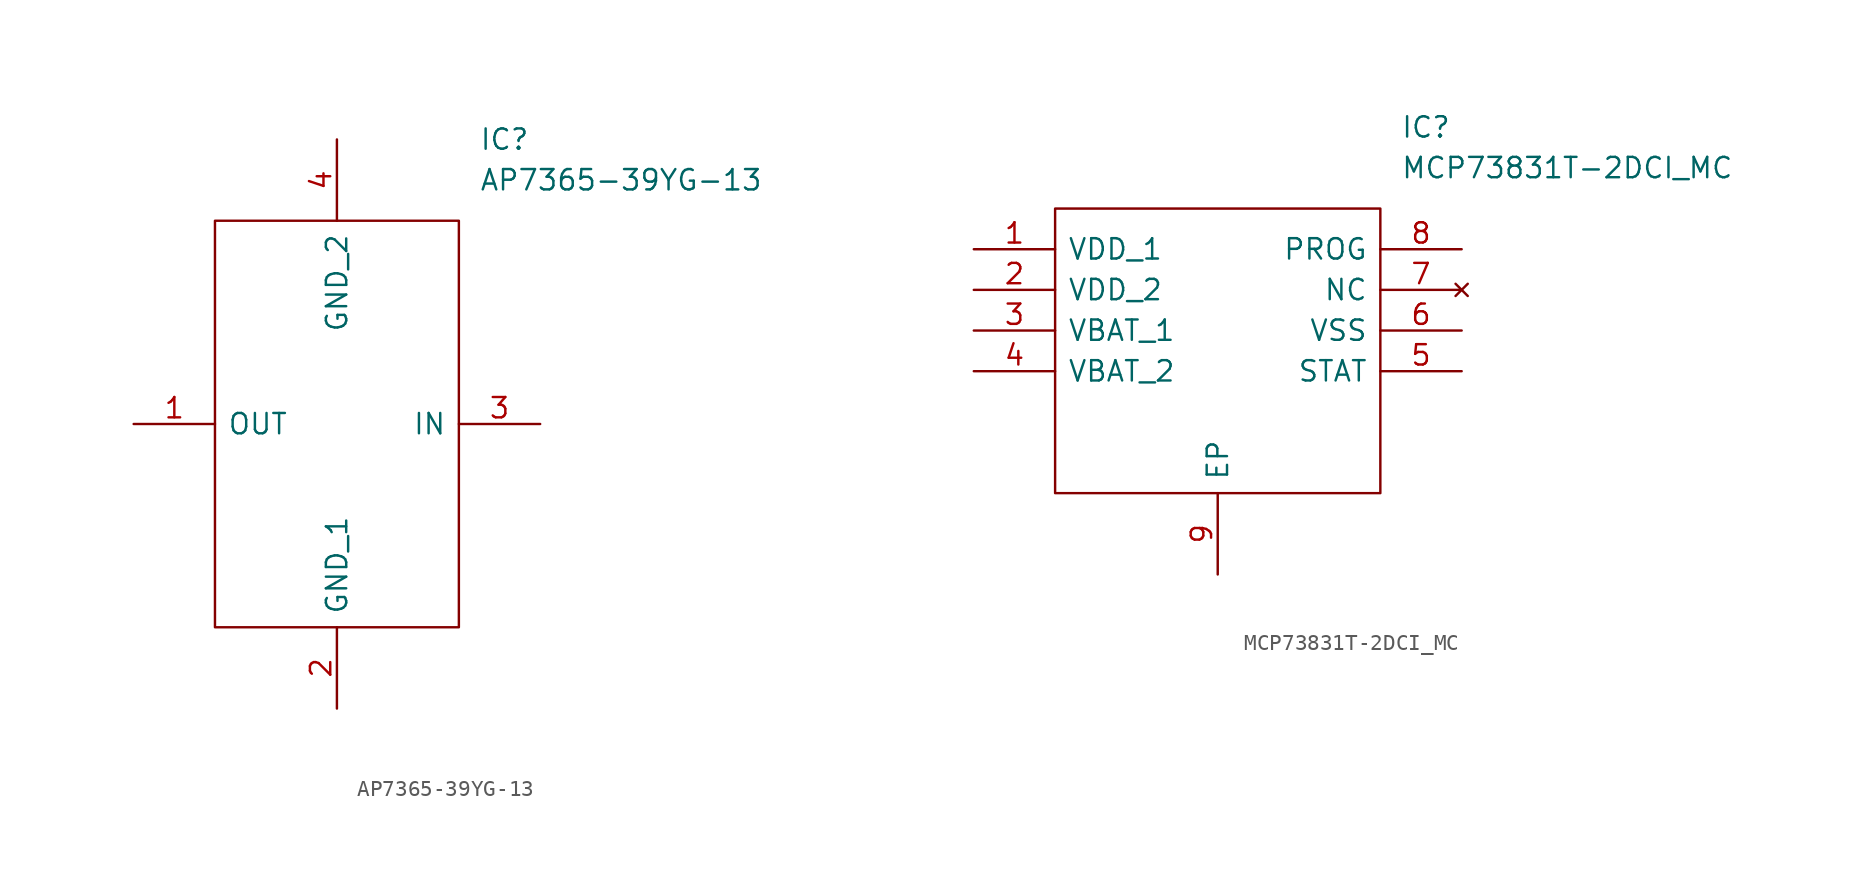
<source format=kicad_sym>
(kicad_symbol_lib
  (version 20220914)
  (generator kicad_symbol_editor)
  (symbol "AP7365-39YG-13"
    (pin_names
      (offset 0.762))
    (property "Reference" "IC"
      (at 21.59 17.78 0)
      (effects (font (size 1.27 1.27)) (justify left)))
    (property "Value" "AP7365-39YG-13"
      (at 21.59 15.24 0)
      (effects (font (size 1.27 1.27)) (justify left)))
    (symbol "AP7365-39YG-13_0_0"
      (pin passive line (at 0 0 0) (length 5.08) (name "OUT" (effects (font (size 1.27 1.27)))) (number "1" (effects (font (size 1.27 1.27)))))
      (pin passive line (at 12.7 -17.78 90) (length 5.08) (name "GND_1" (effects (font (size 1.27 1.27)))) (number "2" (effects (font (size 1.27 1.27)))))
      (pin passive line (at 25.4 0 180) (length 5.08) (name "IN" (effects (font (size 1.27 1.27)))) (number "3" (effects (font (size 1.27 1.27)))))
      (pin passive line (at 12.7 17.78 270) (length 5.08) (name "GND_2" (effects (font (size 1.27 1.27)))) (number "4" (effects (font (size 1.27 1.27))))))
    (symbol "AP7365-39YG-13_0_1"
      (polyline (pts (xy 5.08 12.7) (xy 20.32 12.7) (xy 20.32 -12.7) (xy 5.08 -12.7) (xy 5.08 12.7)) (stroke (width 0.152) (type solid)) (fill (type none)))))
  (symbol "MCP73831T-2DCI_MC"
    (pin_names
      (offset 0.762))
    (property "Reference" "IC"
      (at 26.67 7.62 0)
      (effects (font (size 1.27 1.27)) (justify left)))
    (property "Value" "MCP73831T-2DCI_MC"
      (at 26.67 5.08 0)
      (effects (font (size 1.27 1.27)) (justify left)))
    (symbol "MCP73831T-2DCI_MC_0_0"
      (pin passive line (at 0 0 0) (length 5.08) (name "VDD_1" (effects (font (size 1.27 1.27)))) (number "1" (effects (font (size 1.27 1.27)))))
      (pin passive line (at 0 -2.54 0) (length 5.08) (name "VDD_2" (effects (font (size 1.27 1.27)))) (number "2" (effects (font (size 1.27 1.27)))))
      (pin passive line (at 0 -5.08 0) (length 5.08) (name "VBAT_1" (effects (font (size 1.27 1.27)))) (number "3" (effects (font (size 1.27 1.27)))))
      (pin passive line (at 0 -7.62 0) (length 5.08) (name "VBAT_2" (effects (font (size 1.27 1.27)))) (number "4" (effects (font (size 1.27 1.27)))))
      (pin passive line (at 30.48 -7.62 180) (length 5.08) (name "STAT" (effects (font (size 1.27 1.27)))) (number "5" (effects (font (size 1.27 1.27)))))
      (pin passive line (at 30.48 -5.08 180) (length 5.08) (name "VSS" (effects (font (size 1.27 1.27)))) (number "6" (effects (font (size 1.27 1.27)))))
      (pin no_connect line (at 30.48 -2.54 180) (length 5.08) (name "NC" (effects (font (size 1.27 1.27)))) (number "7" (effects (font (size 1.27 1.27)))))
      (pin passive line (at 30.48 0 180) (length 5.08) (name "PROG" (effects (font (size 1.27 1.27)))) (number "8" (effects (font (size 1.27 1.27)))))
      (pin passive line (at 15.24 -20.32 90) (length 5.08) (name "EP" (effects (font (size 1.27 1.27)))) (number "9" (effects (font (size 1.27 1.27))))))
    (symbol "MCP73831T-2DCI_MC_0_1"
      (polyline (pts (xy 5.08 2.54) (xy 25.4 2.54) (xy 25.4 -15.24) (xy 5.08 -15.24) (xy 5.08 2.54)) (stroke (width 0.152) (type solid)) (fill (type none))))))
</source>
